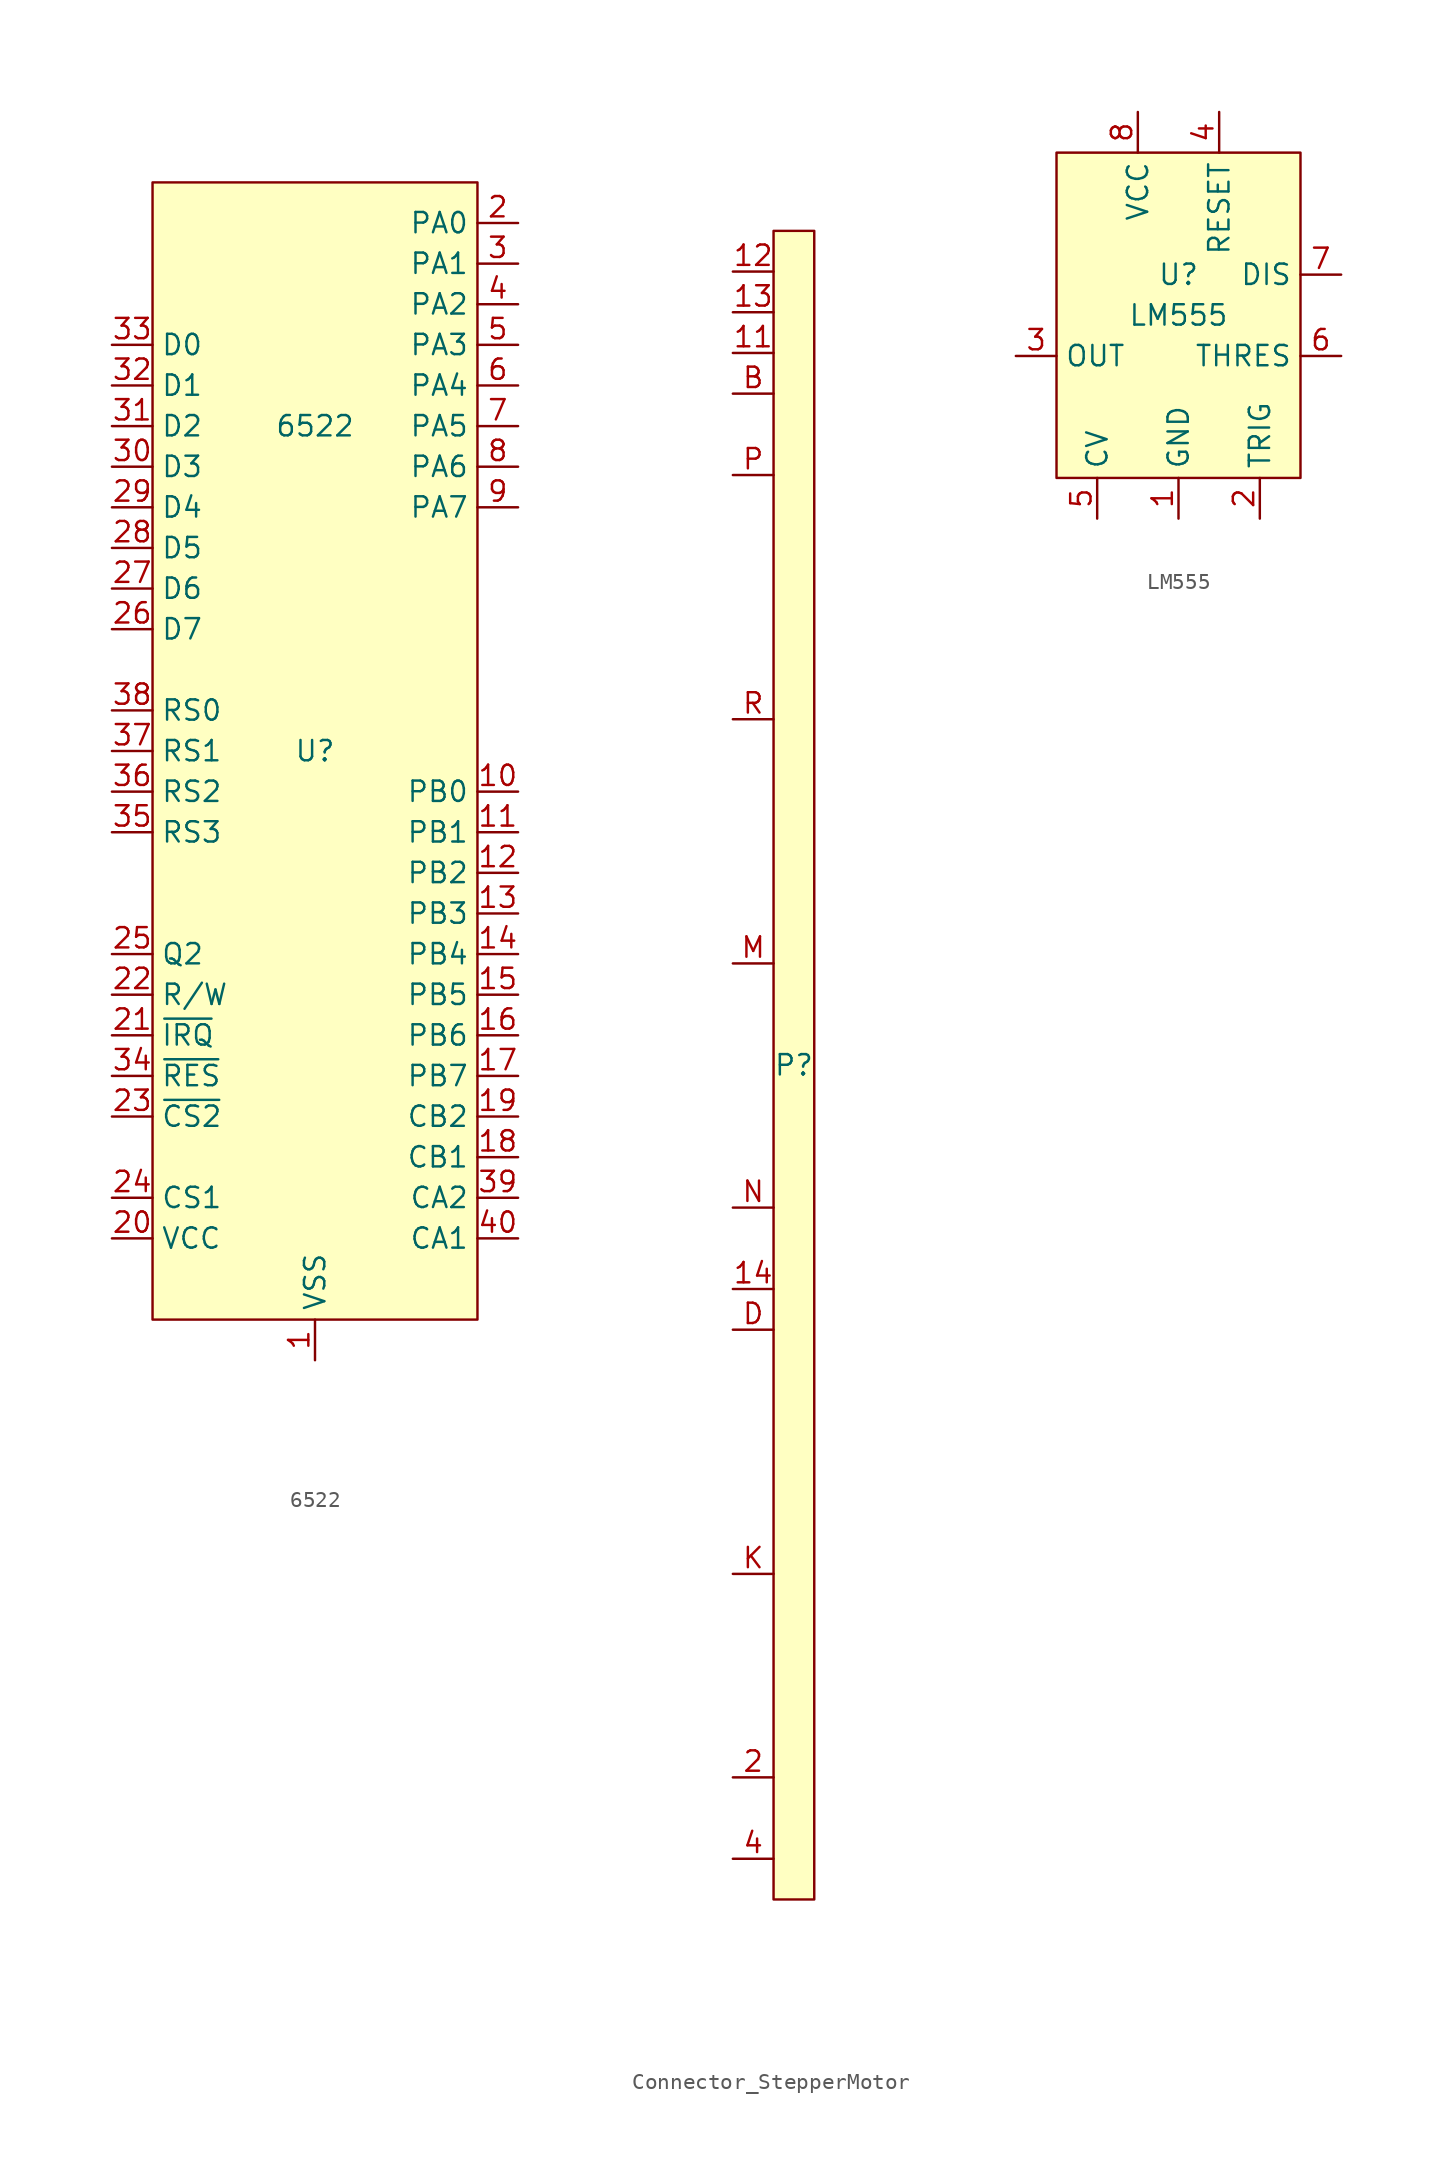
<source format=kicad_sym>
(kicad_symbol_lib
  (version 20220914)
  (generator kicad_symbol_editor)
  (symbol "6522"
    (property "Reference" "U"
      (at 0 0 0)
      (effects (font (size 1.27 1.27))))
    (property "Value" "6522"
      (at 0 20.32 0)
      (effects (font (size 1.27 1.27))))
    (symbol "6522_0_1"
      (rectangle (start -10.16 35.56) (end 10.16 -35.56) (stroke (width 0) (type default)) (fill (type background))))
    (symbol "6522_1_1"
      (pin power_in line (at 0 -38.1 90) (length 2.54) (name "VSS" (effects (font (size 1.27 1.27)))) (number "1" (effects (font (size 1.27 1.27)))))
      (pin bidirectional line (at 12.7 -2.54 180) (length 2.54) (name "PB0" (effects (font (size 1.27 1.27)))) (number "10" (effects (font (size 1.27 1.27)))))
      (pin bidirectional line (at 12.7 -5.08 180) (length 2.54) (name "PB1" (effects (font (size 1.27 1.27)))) (number "11" (effects (font (size 1.27 1.27)))))
      (pin bidirectional line (at 12.7 -7.62 180) (length 2.54) (name "PB2" (effects (font (size 1.27 1.27)))) (number "12" (effects (font (size 1.27 1.27)))))
      (pin bidirectional line (at 12.7 -10.16 180) (length 2.54) (name "PB3" (effects (font (size 1.27 1.27)))) (number "13" (effects (font (size 1.27 1.27)))))
      (pin bidirectional line (at 12.7 -12.7 180) (length 2.54) (name "PB4" (effects (font (size 1.27 1.27)))) (number "14" (effects (font (size 1.27 1.27)))))
      (pin bidirectional line (at 12.7 -15.24 180) (length 2.54) (name "PB5" (effects (font (size 1.27 1.27)))) (number "15" (effects (font (size 1.27 1.27)))))
      (pin bidirectional line (at 12.7 -17.78 180) (length 2.54) (name "PB6" (effects (font (size 1.27 1.27)))) (number "16" (effects (font (size 1.27 1.27)))))
      (pin bidirectional line (at 12.7 -20.32 180) (length 2.54) (name "PB7" (effects (font (size 1.27 1.27)))) (number "17" (effects (font (size 1.27 1.27)))))
      (pin bidirectional line (at 12.7 -25.4 180) (length 2.54) (name "CB1" (effects (font (size 1.27 1.27)))) (number "18" (effects (font (size 1.27 1.27)))))
      (pin bidirectional line (at 12.7 -22.86 180) (length 2.54) (name "CB2" (effects (font (size 1.27 1.27)))) (number "19" (effects (font (size 1.27 1.27)))))
      (pin bidirectional line (at 12.7 33.02 180) (length 2.54) (name "PA0" (effects (font (size 1.27 1.27)))) (number "2" (effects (font (size 1.27 1.27)))))
      (pin power_in line (at -12.7 -30.48 0) (length 2.54) (name "VCC" (effects (font (size 1.27 1.27)))) (number "20" (effects (font (size 1.27 1.27)))))
      (pin open_collector line (at -12.7 -17.78 0) (length 2.54) (name "~{IRQ}" (effects (font (size 1.27 1.27)))) (number "21" (effects (font (size 1.27 1.27)))))
      (pin input line (at -12.7 -15.24 0) (length 2.54) (name "R/W" (effects (font (size 1.27 1.27)))) (number "22" (effects (font (size 1.27 1.27)))))
      (pin input line (at -12.7 -22.86 0) (length 2.54) (name "~{CS2}" (effects (font (size 1.27 1.27)))) (number "23" (effects (font (size 1.27 1.27)))))
      (pin input line (at -12.7 -27.94 0) (length 2.54) (name "CS1" (effects (font (size 1.27 1.27)))) (number "24" (effects (font (size 1.27 1.27)))))
      (pin input line (at -12.7 -12.7 0) (length 2.54) (name "Q2" (effects (font (size 1.27 1.27)))) (number "25" (effects (font (size 1.27 1.27)))))
      (pin tri_state line (at -12.7 7.62 0) (length 2.54) (name "D7" (effects (font (size 1.27 1.27)))) (number "26" (effects (font (size 1.27 1.27)))))
      (pin tri_state line (at -12.7 10.16 0) (length 2.54) (name "D6" (effects (font (size 1.27 1.27)))) (number "27" (effects (font (size 1.27 1.27)))))
      (pin tri_state line (at -12.7 12.7 0) (length 2.54) (name "D5" (effects (font (size 1.27 1.27)))) (number "28" (effects (font (size 1.27 1.27)))))
      (pin tri_state line (at -12.7 15.24 0) (length 2.54) (name "D4" (effects (font (size 1.27 1.27)))) (number "29" (effects (font (size 1.27 1.27)))))
      (pin bidirectional line (at 12.7 30.48 180) (length 2.54) (name "PA1" (effects (font (size 1.27 1.27)))) (number "3" (effects (font (size 1.27 1.27)))))
      (pin tri_state line (at -12.7 17.78 0) (length 2.54) (name "D3" (effects (font (size 1.27 1.27)))) (number "30" (effects (font (size 1.27 1.27)))))
      (pin tri_state line (at -12.7 20.32 0) (length 2.54) (name "D2" (effects (font (size 1.27 1.27)))) (number "31" (effects (font (size 1.27 1.27)))))
      (pin tri_state line (at -12.7 22.86 0) (length 2.54) (name "D1" (effects (font (size 1.27 1.27)))) (number "32" (effects (font (size 1.27 1.27)))))
      (pin tri_state line (at -12.7 25.4 0) (length 2.54) (name "D0" (effects (font (size 1.27 1.27)))) (number "33" (effects (font (size 1.27 1.27)))))
      (pin input line (at -12.7 -20.32 0) (length 2.54) (name "~{RES}" (effects (font (size 1.27 1.27)))) (number "34" (effects (font (size 1.27 1.27)))))
      (pin input line (at -12.7 -5.08 0) (length 2.54) (name "RS3" (effects (font (size 1.27 1.27)))) (number "35" (effects (font (size 1.27 1.27)))))
      (pin input line (at -12.7 -2.54 0) (length 2.54) (name "RS2" (effects (font (size 1.27 1.27)))) (number "36" (effects (font (size 1.27 1.27)))))
      (pin input line (at -12.7 0 0) (length 2.54) (name "RS1" (effects (font (size 1.27 1.27)))) (number "37" (effects (font (size 1.27 1.27)))))
      (pin input line (at -12.7 2.54 0) (length 2.54) (name "RS0" (effects (font (size 1.27 1.27)))) (number "38" (effects (font (size 1.27 1.27)))))
      (pin bidirectional line (at 12.7 -27.94 180) (length 2.54) (name "CA2" (effects (font (size 1.27 1.27)))) (number "39" (effects (font (size 1.27 1.27)))))
      (pin bidirectional line (at 12.7 27.94 180) (length 2.54) (name "PA2" (effects (font (size 1.27 1.27)))) (number "4" (effects (font (size 1.27 1.27)))))
      (pin bidirectional line (at 12.7 -30.48 180) (length 2.54) (name "CA1" (effects (font (size 1.27 1.27)))) (number "40" (effects (font (size 1.27 1.27)))))
      (pin bidirectional line (at 12.7 25.4 180) (length 2.54) (name "PA3" (effects (font (size 1.27 1.27)))) (number "5" (effects (font (size 1.27 1.27)))))
      (pin bidirectional line (at 12.7 22.86 180) (length 2.54) (name "PA4" (effects (font (size 1.27 1.27)))) (number "6" (effects (font (size 1.27 1.27)))))
      (pin bidirectional line (at 12.7 20.32 180) (length 2.54) (name "PA5" (effects (font (size 1.27 1.27)))) (number "7" (effects (font (size 1.27 1.27)))))
      (pin bidirectional line (at 12.7 17.78 180) (length 2.54) (name "PA6" (effects (font (size 1.27 1.27)))) (number "8" (effects (font (size 1.27 1.27)))))
      (pin bidirectional line (at 12.7 15.24 180) (length 2.54) (name "PA7" (effects (font (size 1.27 1.27)))) (number "9" (effects (font (size 1.27 1.27)))))))
  (symbol "Connector_StepperMotor"
    (property "Reference" "P"
      (at 0 0 0)
      (effects (font (size 1.27 1.27))))
    (property "Value" ""
      (at -1.27 49.53 0)
      (effects (font (size 1.27 1.27))))
    (symbol "Connector_StepperMotor_0_1"
      (rectangle (start -1.27 52.07) (end 1.27 -52.07) (stroke (width 0) (type default)) (fill (type background))))
    (symbol "Connector_StepperMotor_1_1"
      (pin passive line (at -3.81 44.45 0) (length 2.54) (name "" (effects (font (size 1.27 1.27)))) (number "11" (effects (font (size 1.27 1.27)))))
      (pin passive line (at -3.81 49.53 0) (length 2.54) (name "" (effects (font (size 1.27 1.27)))) (number "12" (effects (font (size 1.27 1.27)))))
      (pin passive line (at -3.81 46.99 0) (length 2.54) (name "" (effects (font (size 1.27 1.27)))) (number "13" (effects (font (size 1.27 1.27)))))
      (pin passive line (at -3.81 -13.97 0) (length 2.54) (name "" (effects (font (size 1.27 1.27)))) (number "14" (effects (font (size 1.27 1.27)))))
      (pin passive line (at -3.81 -44.45 0) (length 2.54) (name "" (effects (font (size 1.27 1.27)))) (number "2" (effects (font (size 1.27 1.27)))))
      (pin passive line (at -3.81 -49.53 0) (length 2.54) (name "" (effects (font (size 1.27 1.27)))) (number "4" (effects (font (size 1.27 1.27)))))
      (pin passive line (at -3.81 41.91 0) (length 2.54) (name "" (effects (font (size 1.27 1.27)))) (number "B" (effects (font (size 1.27 1.27)))))
      (pin passive line (at -3.81 -16.51 0) (length 2.54) (name "" (effects (font (size 1.27 1.27)))) (number "D" (effects (font (size 1.27 1.27)))))
      (pin passive line (at -3.81 -31.75 0) (length 2.54) (name "" (effects (font (size 1.27 1.27)))) (number "K" (effects (font (size 1.27 1.27)))))
      (pin passive line (at -3.81 6.35 0) (length 2.54) (name "" (effects (font (size 1.27 1.27)))) (number "M" (effects (font (size 1.27 1.27)))))
      (pin passive line (at -3.81 -8.89 0) (length 2.54) (name "" (effects (font (size 1.27 1.27)))) (number "N" (effects (font (size 1.27 1.27)))))
      (pin passive line (at -3.81 36.83 0) (length 2.54) (name "" (effects (font (size 1.27 1.27)))) (number "P" (effects (font (size 1.27 1.27)))))
      (pin passive line (at -3.81 21.59 0) (length 2.54) (name "" (effects (font (size 1.27 1.27)))) (number "R" (effects (font (size 1.27 1.27)))))))
  (symbol "LM555"
    (property "Reference" "U"
      (at 0 2.54 0)
      (effects (font (size 1.27 1.27))))
    (property "Value" "LM555"
      (at 0 0 0)
      (effects (font (size 1.27 1.27))))
    (symbol "LM555_0_1"
      (rectangle (start -7.62 10.16) (end 7.62 -10.16) (stroke (width 0) (type default)) (fill (type background))))
    (symbol "LM555_1_1"
      (pin power_in line (at 0 -12.7 90) (length 2.54) (name "GND" (effects (font (size 1.27 1.27)))) (number "1" (effects (font (size 1.27 1.27)))))
      (pin passive line (at 5.08 -12.7 90) (length 2.54) (name "TRIG" (effects (font (size 1.27 1.27)))) (number "2" (effects (font (size 1.27 1.27)))))
      (pin output line (at -10.16 -2.54 0) (length 2.54) (name "OUT" (effects (font (size 1.27 1.27)))) (number "3" (effects (font (size 1.27 1.27)))))
      (pin input line (at 2.54 12.7 270) (length 2.54) (name "RESET" (effects (font (size 1.27 1.27)))) (number "4" (effects (font (size 1.27 1.27)))))
      (pin passive line (at -5.08 -12.7 90) (length 2.54) (name "CV" (effects (font (size 1.27 1.27)))) (number "5" (effects (font (size 1.27 1.27)))))
      (pin input line (at 10.16 -2.54 180) (length 2.54) (name "THRES" (effects (font (size 1.27 1.27)))) (number "6" (effects (font (size 1.27 1.27)))))
      (pin open_collector line (at 10.16 2.54 180) (length 2.54) (name "DIS" (effects (font (size 1.27 1.27)))) (number "7" (effects (font (size 1.27 1.27)))))
      (pin power_in line (at -2.54 12.7 270) (length 2.54) (name "VCC" (effects (font (size 1.27 1.27)))) (number "8" (effects (font (size 1.27 1.27))))))))
</source>
